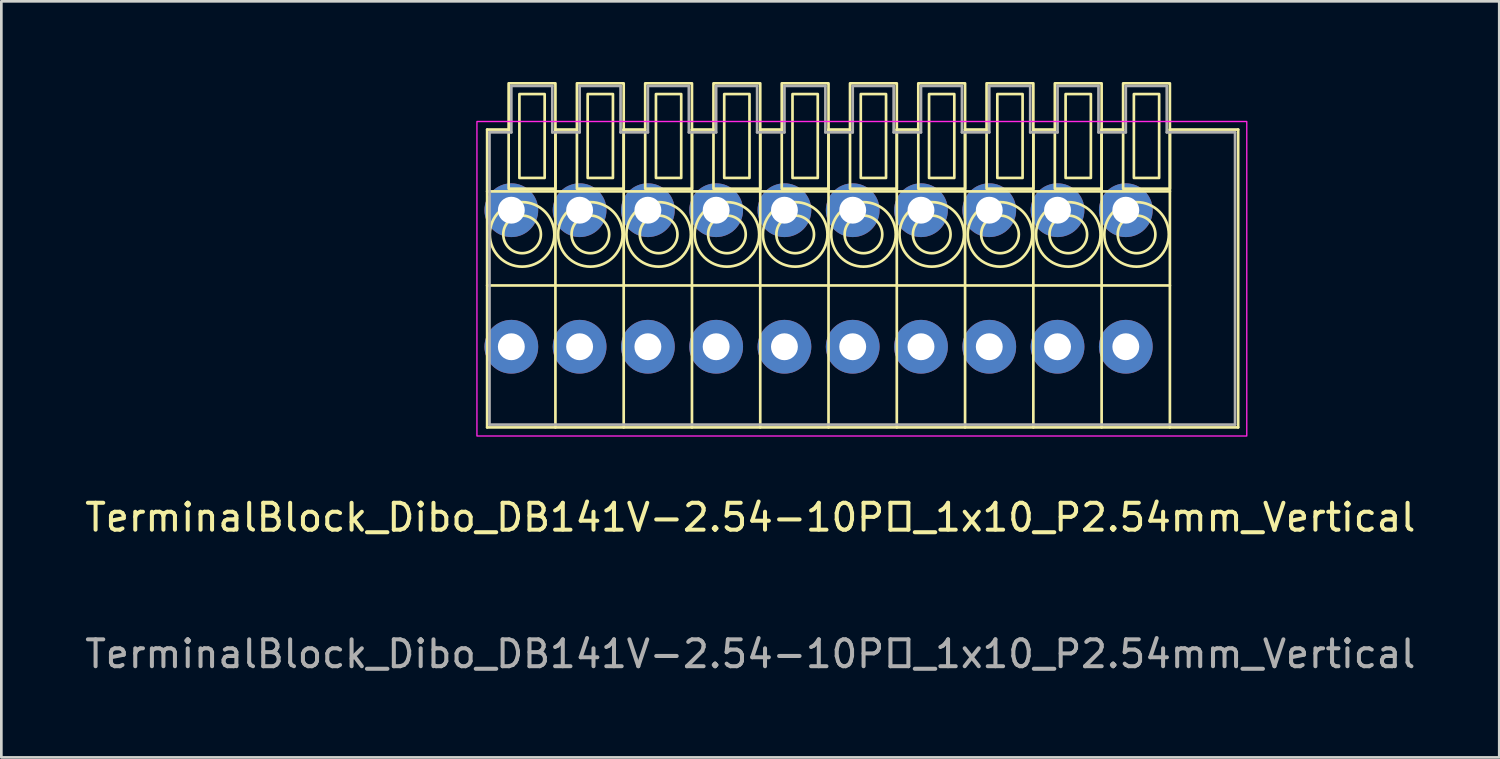
<source format=kicad_pcb>
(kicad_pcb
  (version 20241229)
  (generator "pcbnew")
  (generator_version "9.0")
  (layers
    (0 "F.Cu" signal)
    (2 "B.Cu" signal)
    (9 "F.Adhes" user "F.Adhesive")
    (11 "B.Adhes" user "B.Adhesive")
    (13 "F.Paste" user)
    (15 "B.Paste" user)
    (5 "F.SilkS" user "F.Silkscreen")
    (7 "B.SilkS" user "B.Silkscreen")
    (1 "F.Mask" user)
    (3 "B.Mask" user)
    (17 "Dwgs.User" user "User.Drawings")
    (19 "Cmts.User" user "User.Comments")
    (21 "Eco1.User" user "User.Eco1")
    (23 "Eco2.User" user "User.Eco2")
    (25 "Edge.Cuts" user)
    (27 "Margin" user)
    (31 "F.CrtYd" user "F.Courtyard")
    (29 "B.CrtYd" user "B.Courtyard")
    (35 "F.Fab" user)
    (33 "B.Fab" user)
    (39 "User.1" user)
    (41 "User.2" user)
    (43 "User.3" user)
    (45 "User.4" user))
  (footprint "TerminalBlock_Dibo_DB141V-2.54-10P_1x10_P2.54mm_Vertical"
    (layer "F.Cu")
    (at 15.973 9.85)
    (property "Reference" "TerminalBlock_Dibo_DB141V-2.54-10P_1x10_P2.54mm_Vertical" (at 8.89 6.35 0) (unlocked yes) (layer "F.SilkS") (effects (font (size 1 1) (thickness 0.15))))
    (attr through_hole)
    (fp_line (start -0.9 3) (end -0.9 -8.08) (stroke (width 0.1) (type default)) (layer "F.SilkS"))
    (fp_line (start -0.1 -8.08) (end -0.9 -8.08) (stroke (width 0.1) (type default)) (layer "F.SilkS"))
    (fp_line (start 1.64 3) (end 1.64 -8.08) (stroke (width 0.1) (type default)) (layer "F.SilkS"))
    (fp_line (start 2.44 -8.08) (end 1.64 -8.08) (stroke (width 0.1) (type default)) (layer "F.SilkS"))
    (fp_line (start 4.18 3) (end 4.18 -8.08) (stroke (width 0.1) (type default)) (layer "F.SilkS"))
    (fp_line (start 4.98 -8.08) (end 4.18 -8.08) (stroke (width 0.1) (type default)) (layer "F.SilkS"))
    (fp_line (start 6.72 3) (end 6.72 -8.08) (stroke (width 0.1) (type default)) (layer "F.SilkS"))
    (fp_line (start 7.52 -8.08) (end 6.72 -8.08) (stroke (width 0.1) (type default)) (layer "F.SilkS"))
    (fp_line (start 9.26 3) (end 9.26 -8.08) (stroke (width 0.1) (type default)) (layer "F.SilkS"))
    (fp_line (start 10.06 -8.08) (end 9.26 -8.08) (stroke (width 0.1) (type default)) (layer "F.SilkS"))
    (fp_line (start 11.8 3) (end 11.8 -8.08) (stroke (width 0.1) (type default)) (layer "F.SilkS"))
    (fp_line (start 12.6 -8.08) (end 11.8 -8.08) (stroke (width 0.1) (type default)) (layer "F.SilkS"))
    (fp_line (start 14.34 3) (end 14.34 -8.08) (stroke (width 0.1) (type default)) (layer "F.SilkS"))
    (fp_line (start 15.14 -8.08) (end 14.34 -8.08) (stroke (width 0.1) (type default)) (layer "F.SilkS"))
    (fp_line (start 16.88 3) (end 16.88 -8.08) (stroke (width 0.1) (type default)) (layer "F.SilkS"))
    (fp_line (start 17.68 -8.08) (end 16.88 -8.08) (stroke (width 0.1) (type default)) (layer "F.SilkS"))
    (fp_line (start 19.42 3) (end 19.42 -8.08) (stroke (width 0.1) (type default)) (layer "F.SilkS"))
    (fp_line (start 20.22 -8.08) (end 19.42 -8.08) (stroke (width 0.1) (type default)) (layer "F.SilkS"))
    (fp_line (start 21.96 3) (end 21.96 -8.08) (stroke (width 0.1) (type default)) (layer "F.SilkS"))
    (fp_line (start 22.76 -8.08) (end 21.96 -8.08) (stroke (width 0.1) (type default)) (layer "F.SilkS"))
    (fp_line (start 24.5 -5.78) (end -0.9 -5.78) (stroke (width 0.1) (type default)) (layer "F.SilkS"))
    (fp_line (start 24.5 -2.28) (end -0.9 -2.28) (stroke (width 0.1) (type default)) (layer "F.SilkS"))
    (fp_line (start 24.5 3) (end 24.5 -8.08) (stroke (width 0.1) (type default)) (layer "F.SilkS"))
    (fp_line (start 27.04 -8.08) (end 24.5 -8.08) (stroke (width 0.1) (type default)) (layer "F.SilkS"))
    (fp_line (start 27.04 -8.08) (end 27.04 3) (stroke (width 0.1) (type default)) (layer "F.SilkS"))
    (fp_line (start 27.04 3) (end -0.9 3) (stroke (width 0.1) (type default)) (layer "F.SilkS"))
    (fp_rect (start 1.24 -6.28) (end 0.3 -9.4) (stroke (width 0.1) (type default)) (fill no) (layer "F.SilkS"))
    (fp_rect (start 1.64 -5.88) (end -0.1 -9.8) (stroke (width 0.1) (type default)) (fill no) (layer "F.SilkS"))
    (fp_rect (start 3.78 -6.28) (end 2.84 -9.4) (stroke (width 0.1) (type default)) (fill no) (layer "F.SilkS"))
    (fp_rect (start 4.18 -5.88) (end 2.44 -9.8) (stroke (width 0.1) (type default)) (fill no) (layer "F.SilkS"))
    (fp_rect (start 6.32 -6.28) (end 5.38 -9.4) (stroke (width 0.1) (type default)) (fill no) (layer "F.SilkS"))
    (fp_rect (start 6.72 -5.88) (end 4.98 -9.8) (stroke (width 0.1) (type default)) (fill no) (layer "F.SilkS"))
    (fp_rect (start 8.86 -6.28) (end 7.92 -9.4) (stroke (width 0.1) (type default)) (fill no) (layer "F.SilkS"))
    (fp_rect (start 9.26 -5.88) (end 7.52 -9.8) (stroke (width 0.1) (type default)) (fill no) (layer "F.SilkS"))
    (fp_rect (start 11.4 -6.28) (end 10.46 -9.4) (stroke (width 0.1) (type default)) (fill no) (layer "F.SilkS"))
    (fp_rect (start 11.8 -5.88) (end 10.06 -9.8) (stroke (width 0.1) (type default)) (fill no) (layer "F.SilkS"))
    (fp_rect (start 13.94 -6.28) (end 13 -9.4) (stroke (width 0.1) (type default)) (fill no) (layer "F.SilkS"))
    (fp_rect (start 14.34 -5.88) (end 12.6 -9.8) (stroke (width 0.1) (type default)) (fill no) (layer "F.SilkS"))
    (fp_rect (start 16.48 -6.28) (end 15.54 -9.4) (stroke (width 0.1) (type default)) (fill no) (layer "F.SilkS"))
    (fp_rect (start 16.88 -5.88) (end 15.14 -9.8) (stroke (width 0.1) (type default)) (fill no) (layer "F.SilkS"))
    (fp_rect (start 19.02 -6.28) (end 18.08 -9.4) (stroke (width 0.1) (type default)) (fill no) (layer "F.SilkS"))
    (fp_rect (start 19.42 -5.88) (end 17.68 -9.8) (stroke (width 0.1) (type default)) (fill no) (layer "F.SilkS"))
    (fp_rect (start 21.56 -6.28) (end 20.62 -9.4) (stroke (width 0.1) (type default)) (fill no) (layer "F.SilkS"))
    (fp_rect (start 21.96 -5.88) (end 20.22 -9.8) (stroke (width 0.1) (type default)) (fill no) (layer "F.SilkS"))
    (fp_rect (start 24.1 -6.28) (end 23.16 -9.4) (stroke (width 0.1) (type default)) (fill no) (layer "F.SilkS"))
    (fp_rect (start 24.5 -5.88) (end 22.76 -9.8) (stroke (width 0.1) (type default)) (fill no) (layer "F.SilkS"))
    (fp_circle (center 0.4 -4.18) (end -0.8 -4.18) (stroke (width 0.1) (type default)) (fill no) (layer "F.SilkS"))
    (fp_circle (center 0.4 -4.18) (end -0.3 -4.18) (stroke (width 0.1) (type default)) (fill no) (layer "F.SilkS"))
    (fp_circle (center 2.94 -4.18) (end 1.74 -4.18) (stroke (width 0.1) (type default)) (fill no) (layer "F.SilkS"))
    (fp_circle (center 2.94 -4.18) (end 2.24 -4.18) (stroke (width 0.1) (type default)) (fill no) (layer "F.SilkS"))
    (fp_circle (center 5.48 -4.18) (end 4.28 -4.18) (stroke (width 0.1) (type default)) (fill no) (layer "F.SilkS"))
    (fp_circle (center 5.48 -4.18) (end 4.78 -4.18) (stroke (width 0.1) (type default)) (fill no) (layer "F.SilkS"))
    (fp_circle (center 8.02 -4.18) (end 6.82 -4.18) (stroke (width 0.1) (type default)) (fill no) (layer "F.SilkS"))
    (fp_circle (center 8.02 -4.18) (end 7.32 -4.18) (stroke (width 0.1) (type default)) (fill no) (layer "F.SilkS"))
    (fp_circle (center 10.56 -4.18) (end 9.36 -4.18) (stroke (width 0.1) (type default)) (fill no) (layer "F.SilkS"))
    (fp_circle (center 10.56 -4.18) (end 9.86 -4.18) (stroke (width 0.1) (type default)) (fill no) (layer "F.SilkS"))
    (fp_circle (center 13.1 -4.18) (end 11.9 -4.18) (stroke (width 0.1) (type default)) (fill no) (layer "F.SilkS"))
    (fp_circle (center 13.1 -4.18) (end 12.4 -4.18) (stroke (width 0.1) (type default)) (fill no) (layer "F.SilkS"))
    (fp_circle (center 15.64 -4.18) (end 14.44 -4.18) (stroke (width 0.1) (type default)) (fill no) (layer "F.SilkS"))
    (fp_circle (center 15.64 -4.18) (end 14.94 -4.18) (stroke (width 0.1) (type default)) (fill no) (layer "F.SilkS"))
    (fp_circle (center 18.18 -4.18) (end 16.98 -4.18) (stroke (width 0.1) (type default)) (fill no) (layer "F.SilkS"))
    (fp_circle (center 18.18 -4.18) (end 17.48 -4.18) (stroke (width 0.1) (type default)) (fill no) (layer "F.SilkS"))
    (fp_circle (center 20.72 -4.18) (end 19.52 -4.18) (stroke (width 0.1) (type default)) (fill no) (layer "F.SilkS"))
    (fp_circle (center 20.72 -4.18) (end 20.02 -4.18) (stroke (width 0.1) (type default)) (fill no) (layer "F.SilkS"))
    (fp_circle (center 23.26 -4.18) (end 22.06 -4.18) (stroke (width 0.1) (type default)) (fill no) (layer "F.SilkS"))
    (fp_circle (center 23.26 -4.18) (end 22.56 -4.18) (stroke (width 0.1) (type default)) (fill no) (layer "F.SilkS"))
    (fp_rect (start 27.36 3.32) (end -1.28 -8.38) (stroke (width 0.05) (type default)) (fill no) (layer "F.CrtYd"))
    (fp_line (start -0.813 -7.976) (end 0 -7.976) (stroke (width 0.1) (type default)) (layer "F.Fab"))
    (fp_line (start -0.813 2.896) (end -0.813 -7.976) (stroke (width 0.1) (type default)) (layer "F.Fab"))
    (fp_line (start 0 -9.703) (end 1.524 -9.703) (stroke (width 0.1) (type default)) (layer "F.Fab"))
    (fp_line (start 0 -7.976) (end 0 -9.703) (stroke (width 0.1) (type default)) (layer "F.Fab"))
    (fp_line (start 1.524 -9.703) (end 1.524 -7.976) (stroke (width 0.1) (type default)) (layer "F.Fab"))
    (fp_line (start 1.524 -7.976) (end 2.54 -7.976) (stroke (width 0.1) (type default)) (layer "F.Fab"))
    (fp_line (start 2.54 -9.703) (end 4.064 -9.703) (stroke (width 0.1) (type default)) (layer "F.Fab"))
    (fp_line (start 2.54 -7.976) (end 2.54 -9.703) (stroke (width 0.1) (type default)) (layer "F.Fab"))
    (fp_line (start 4.064 -9.703) (end 4.064 -7.976) (stroke (width 0.1) (type default)) (layer "F.Fab"))
    (fp_line (start 4.064 -7.976) (end 5.08 -7.976) (stroke (width 0.1) (type default)) (layer "F.Fab"))
    (fp_line (start 5.08 -9.703) (end 6.604 -9.703) (stroke (width 0.1) (type default)) (layer "F.Fab"))
    (fp_line (start 5.08 -7.976) (end 5.08 -9.703) (stroke (width 0.1) (type default)) (layer "F.Fab"))
    (fp_line (start 6.604 -9.703) (end 6.604 -7.976) (stroke (width 0.1) (type default)) (layer "F.Fab"))
    (fp_line (start 6.604 -7.976) (end 7.62 -7.976) (stroke (width 0.1) (type default)) (layer "F.Fab"))
    (fp_line (start 7.62 -9.703) (end 9.144 -9.703) (stroke (width 0.1) (type default)) (layer "F.Fab"))
    (fp_line (start 7.62 -7.976) (end 7.62 -9.703) (stroke (width 0.1) (type default)) (layer "F.Fab"))
    (fp_line (start 9.144 -9.703) (end 9.144 -7.976) (stroke (width 0.1) (type default)) (layer "F.Fab"))
    (fp_line (start 9.144 -7.976) (end 10.16 -7.976) (stroke (width 0.1) (type default)) (layer "F.Fab"))
    (fp_line (start 10.16 -9.703) (end 11.684 -9.703) (stroke (width 0.1) (type default)) (layer "F.Fab"))
    (fp_line (start 10.16 -7.976) (end 10.16 -9.703) (stroke (width 0.1) (type default)) (layer "F.Fab"))
    (fp_line (start 11.684 -9.703) (end 11.684 -7.976) (stroke (width 0.1) (type default)) (layer "F.Fab"))
    (fp_line (start 11.684 -7.976) (end 12.7 -7.976) (stroke (width 0.1) (type default)) (layer "F.Fab"))
    (fp_line (start 12.7 -9.703) (end 14.224 -9.703) (stroke (width 0.1) (type default)) (layer "F.Fab"))
    (fp_line (start 12.7 -7.976) (end 12.7 -9.703) (stroke (width 0.1) (type default)) (layer "F.Fab"))
    (fp_line (start 14.224 -9.703) (end 14.224 -7.976) (stroke (width 0.1) (type default)) (layer "F.Fab"))
    (fp_line (start 14.224 -7.976) (end 15.24 -7.976) (stroke (width 0.1) (type default)) (layer "F.Fab"))
    (fp_line (start 15.24 -9.703) (end 16.764 -9.703) (stroke (width 0.1) (type default)) (layer "F.Fab"))
    (fp_line (start 15.24 -7.976) (end 15.24 -9.703) (stroke (width 0.1) (type default)) (layer "F.Fab"))
    (fp_line (start 16.764 -9.703) (end 16.764 -7.976) (stroke (width 0.1) (type default)) (layer "F.Fab"))
    (fp_line (start 16.764 -7.976) (end 17.78 -7.976) (stroke (width 0.1) (type default)) (layer "F.Fab"))
    (fp_line (start 17.78 -9.703) (end 19.304 -9.703) (stroke (width 0.1) (type default)) (layer "F.Fab"))
    (fp_line (start 17.78 -7.976) (end 17.78 -9.703) (stroke (width 0.1) (type default)) (layer "F.Fab"))
    (fp_line (start 19.304 -9.703) (end 19.304 -7.976) (stroke (width 0.1) (type default)) (layer "F.Fab"))
    (fp_line (start 19.304 -7.976) (end 20.32 -7.976) (stroke (width 0.1) (type default)) (layer "F.Fab"))
    (fp_line (start 20.32 -9.703) (end 21.844 -9.703) (stroke (width 0.1) (type default)) (layer "F.Fab"))
    (fp_line (start 20.32 -7.976) (end 20.32 -9.703) (stroke (width 0.1) (type default)) (layer "F.Fab"))
    (fp_line (start 21.844 -9.703) (end 21.844 -7.976) (stroke (width 0.1) (type default)) (layer "F.Fab"))
    (fp_line (start 21.844 -7.976) (end 22.86 -7.976) (stroke (width 0.1) (type default)) (layer "F.Fab"))
    (fp_line (start 22.86 -9.703) (end 24.384 -9.703) (stroke (width 0.1) (type default)) (layer "F.Fab"))
    (fp_line (start 22.86 -7.976) (end 22.86 -9.703) (stroke (width 0.1) (type default)) (layer "F.Fab"))
    (fp_line (start 24.384 -9.703) (end 24.384 -7.976) (stroke (width 0.1) (type default)) (layer "F.Fab"))
    (fp_line (start 24.384 -7.976) (end 26.924 -7.976) (stroke (width 0.1) (type default)) (layer "F.Fab"))
    (fp_line (start 26.924 -7.976) (end 26.924 2.896) (stroke (width 0.1) (type default)) (layer "F.Fab"))
    (fp_line (start 26.924 2.896) (end -0.813 2.896) (stroke (width 0.1) (type default)) (layer "F.Fab"))
    (fp_text user "${REFERENCE}" (at 8.89 11.43 0) (unlocked yes) (layer "F.Fab") (effects (font (size 1 1) (thickness 0.15))))
    (pad "1" thru_hole circle (at 0 -5.08 180) (size 2 2) (drill 1) (layers "*.Cu" "*.Mask"))
    (pad "1" thru_hole circle (at 0 0 180) (size 2 2) (drill 1) (layers "*.Cu" "*.Mask"))
    (pad "2" thru_hole circle (at 2.54 -5.08 180) (size 2 2) (drill 1) (layers "*.Cu" "*.Mask"))
    (pad "2" thru_hole circle (at 2.54 0 180) (size 2 2) (drill 1) (layers "*.Cu" "*.Mask"))
    (pad "3" thru_hole circle (at 5.08 -5.08 180) (size 2 2) (drill 1) (layers "*.Cu" "*.Mask"))
    (pad "3" thru_hole circle (at 5.08 0 180) (size 2 2) (drill 1) (layers "*.Cu" "*.Mask"))
    (pad "4" thru_hole circle (at 7.62 -5.08 180) (size 2 2) (drill 1) (layers "*.Cu" "*.Mask"))
    (pad "4" thru_hole circle (at 7.62 0 180) (size 2 2) (drill 1) (layers "*.Cu" "*.Mask"))
    (pad "5" thru_hole circle (at 10.16 -5.08 180) (size 2 2) (drill 1) (layers "*.Cu" "*.Mask"))
    (pad "5" thru_hole circle (at 10.16 0 180) (size 2 2) (drill 1) (layers "*.Cu" "*.Mask"))
    (pad "6" thru_hole circle (at 12.7 -5.08 180) (size 2 2) (drill 1) (layers "*.Cu" "*.Mask"))
    (pad "6" thru_hole circle (at 12.7 0 180) (size 2 2) (drill 1) (layers "*.Cu" "*.Mask"))
    (pad "7" thru_hole circle (at 15.24 -5.08 180) (size 2 2) (drill 1) (layers "*.Cu" "*.Mask"))
    (pad "7" thru_hole circle (at 15.24 0 180) (size 2 2) (drill 1) (layers "*.Cu" "*.Mask"))
    (pad "8" thru_hole circle (at 17.78 -5.08 180) (size 2 2) (drill 1) (layers "*.Cu" "*.Mask"))
    (pad "8" thru_hole circle (at 17.78 0 180) (size 2 2) (drill 1) (layers "*.Cu" "*.Mask"))
    (pad "9" thru_hole circle (at 20.32 -5.08 180) (size 2 2) (drill 1) (layers "*.Cu" "*.Mask"))
    (pad "9" thru_hole circle (at 20.32 0 180) (size 2 2) (drill 1) (layers "*.Cu" "*.Mask"))
    (pad "10" thru_hole circle (at 22.86 -5.08 180) (size 2 2) (drill 1) (layers "*.Cu" "*.Mask"))
    (pad "10" thru_hole circle (at 22.86 0 180) (size 2 2) (drill 1) (layers "*.Cu" "*.Mask")))
  (gr_rect
    (start -3 -3)
    (end 52.726 25.128)
    (stroke (width 0.1) (type default))
    (fill no)
    (layer "Edge.Cuts")))
</source>
